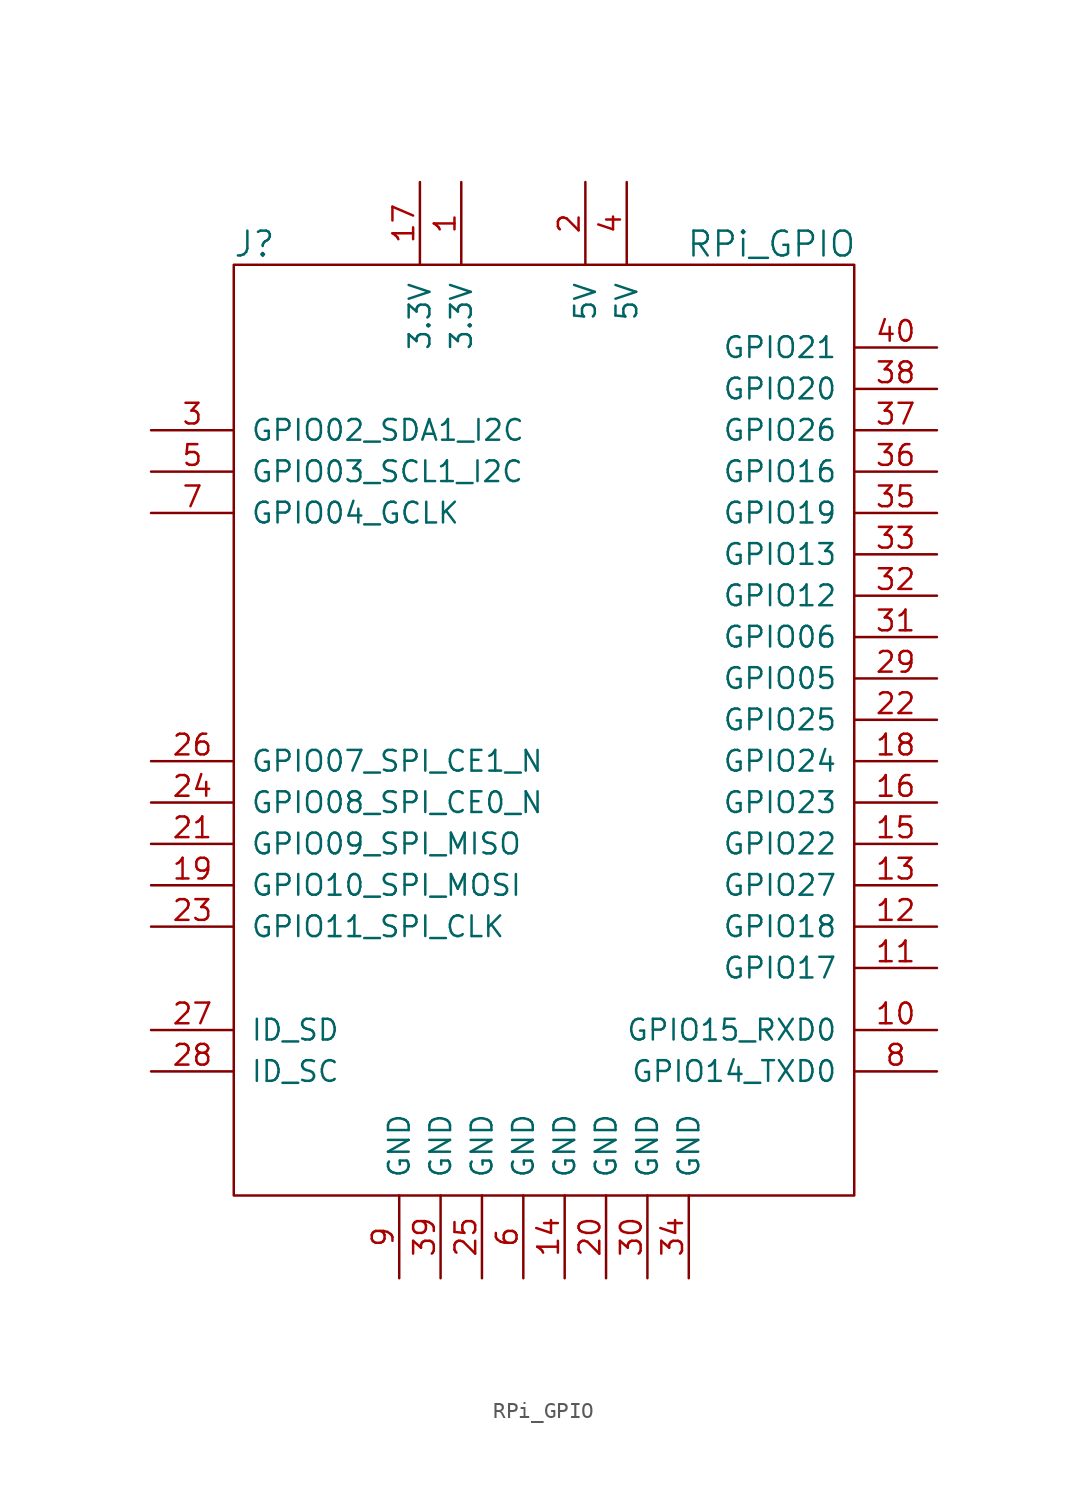
<source format=kicad_sym>
(kicad_symbol_lib
  (version 20231120)
  (generator "kicad_symbol_editor")
  (generator_version "8.0")
  (symbol "RPi_GPIO"
    (pin_names
      (offset 1.016))
    (property "Reference" "J"
      (at -16.51 27.94 0)
      (effects (font (size 1.524 1.524))))
    (property "Value" "RPi_GPIO"
      (at 15.24 27.94 0)
      (effects (font (size 1.524 1.524))))
    (property "Footprint" ""
      (at -17.78 21.59 0)
      (effects (font (size 1.524 1.524))))
    (property "Datasheet" ""
      (at -17.78 21.59 0)
      (effects (font (size 1.524 1.524))))
    (symbol "RPi_GPIO_0_1"
      (rectangle (start -17.78 26.67) (end 20.32 -30.48) (stroke (width 0) (type solid)) (fill (type none))))
    (symbol "RPi_GPIO_1_1"
      (pin power_out line (at -3.81 31.75 270) (length 5.08) (name "3.3V" (effects (font (size 1.27 1.27)))) (number "1" (effects (font (size 1.27 1.27)))))
      (pin bidirectional line (at 25.4 -20.32 180) (length 5.08) (name "GPIO15_RXD0" (effects (font (size 1.27 1.27)))) (number "10" (effects (font (size 1.27 1.27)))))
      (pin bidirectional line (at 25.4 -16.51 180) (length 5.08) (name "GPIO17" (effects (font (size 1.27 1.27)))) (number "11" (effects (font (size 1.27 1.27)))))
      (pin bidirectional line (at 25.4 -13.97 180) (length 5.08) (name "GPIO18" (effects (font (size 1.27 1.27)))) (number "12" (effects (font (size 1.27 1.27)))))
      (pin bidirectional line (at 25.4 -11.43 180) (length 5.08) (name "GPIO27" (effects (font (size 1.27 1.27)))) (number "13" (effects (font (size 1.27 1.27)))))
      (pin power_in line (at 2.54 -35.56 90) (length 5.08) (name "GND" (effects (font (size 1.27 1.27)))) (number "14" (effects (font (size 1.27 1.27)))))
      (pin bidirectional line (at 25.4 -8.89 180) (length 5.08) (name "GPIO22" (effects (font (size 1.27 1.27)))) (number "15" (effects (font (size 1.27 1.27)))))
      (pin bidirectional line (at 25.4 -6.35 180) (length 5.08) (name "GPIO23" (effects (font (size 1.27 1.27)))) (number "16" (effects (font (size 1.27 1.27)))))
      (pin power_out line (at -6.35 31.75 270) (length 5.08) (name "3.3V" (effects (font (size 1.27 1.27)))) (number "17" (effects (font (size 1.27 1.27)))))
      (pin bidirectional line (at 25.4 -3.81 180) (length 5.08) (name "GPIO24" (effects (font (size 1.27 1.27)))) (number "18" (effects (font (size 1.27 1.27)))))
      (pin bidirectional line (at -22.86 -11.43 0) (length 5.08) (name "GPIO10_SPI_MOSI" (effects (font (size 1.27 1.27)))) (number "19" (effects (font (size 1.27 1.27)))))
      (pin power_in line (at 3.81 31.75 270) (length 5.08) (name "5V" (effects (font (size 1.27 1.27)))) (number "2" (effects (font (size 1.27 1.27)))))
      (pin power_in line (at 5.08 -35.56 90) (length 5.08) (name "GND" (effects (font (size 1.27 1.27)))) (number "20" (effects (font (size 1.27 1.27)))))
      (pin bidirectional line (at -22.86 -8.89 0) (length 5.08) (name "GPIO09_SPI_MISO" (effects (font (size 1.27 1.27)))) (number "21" (effects (font (size 1.27 1.27)))))
      (pin bidirectional line (at 25.4 -1.27 180) (length 5.08) (name "GPIO25" (effects (font (size 1.27 1.27)))) (number "22" (effects (font (size 1.27 1.27)))))
      (pin bidirectional line (at -22.86 -13.97 0) (length 5.08) (name "GPIO11_SPI_CLK" (effects (font (size 1.27 1.27)))) (number "23" (effects (font (size 1.27 1.27)))))
      (pin bidirectional line (at -22.86 -6.35 0) (length 5.08) (name "GPIO08_SPI_CE0_N" (effects (font (size 1.27 1.27)))) (number "24" (effects (font (size 1.27 1.27)))))
      (pin power_in line (at -2.54 -35.56 90) (length 5.08) (name "GND" (effects (font (size 1.27 1.27)))) (number "25" (effects (font (size 1.27 1.27)))))
      (pin bidirectional line (at -22.86 -3.81 0) (length 5.08) (name "GPIO07_SPI_CE1_N" (effects (font (size 1.27 1.27)))) (number "26" (effects (font (size 1.27 1.27)))))
      (pin bidirectional line (at -22.86 -20.32 0) (length 5.08) (name "ID_SD" (effects (font (size 1.27 1.27)))) (number "27" (effects (font (size 1.27 1.27)))))
      (pin bidirectional line (at -22.86 -22.86 0) (length 5.08) (name "ID_SC" (effects (font (size 1.27 1.27)))) (number "28" (effects (font (size 1.27 1.27)))))
      (pin bidirectional line (at 25.4 1.27 180) (length 5.08) (name "GPIO05" (effects (font (size 1.27 1.27)))) (number "29" (effects (font (size 1.27 1.27)))))
      (pin bidirectional line (at -22.86 16.51 0) (length 5.08) (name "GPIO02_SDA1_I2C" (effects (font (size 1.27 1.27)))) (number "3" (effects (font (size 1.27 1.27)))))
      (pin power_in line (at 7.62 -35.56 90) (length 5.08) (name "GND" (effects (font (size 1.27 1.27)))) (number "30" (effects (font (size 1.27 1.27)))))
      (pin bidirectional line (at 25.4 3.81 180) (length 5.08) (name "GPIO06" (effects (font (size 1.27 1.27)))) (number "31" (effects (font (size 1.27 1.27)))))
      (pin bidirectional line (at 25.4 6.35 180) (length 5.08) (name "GPIO12" (effects (font (size 1.27 1.27)))) (number "32" (effects (font (size 1.27 1.27)))))
      (pin bidirectional line (at 25.4 8.89 180) (length 5.08) (name "GPIO13" (effects (font (size 1.27 1.27)))) (number "33" (effects (font (size 1.27 1.27)))))
      (pin power_in line (at 10.16 -35.56 90) (length 5.08) (name "GND" (effects (font (size 1.27 1.27)))) (number "34" (effects (font (size 1.27 1.27)))))
      (pin bidirectional line (at 25.4 11.43 180) (length 5.08) (name "GPIO19" (effects (font (size 1.27 1.27)))) (number "35" (effects (font (size 1.27 1.27)))))
      (pin bidirectional line (at 25.4 13.97 180) (length 5.08) (name "GPIO16" (effects (font (size 1.27 1.27)))) (number "36" (effects (font (size 1.27 1.27)))))
      (pin bidirectional line (at 25.4 16.51 180) (length 5.08) (name "GPIO26" (effects (font (size 1.27 1.27)))) (number "37" (effects (font (size 1.27 1.27)))))
      (pin bidirectional line (at 25.4 19.05 180) (length 5.08) (name "GPIO20" (effects (font (size 1.27 1.27)))) (number "38" (effects (font (size 1.27 1.27)))))
      (pin power_in line (at -5.08 -35.56 90) (length 5.08) (name "GND" (effects (font (size 1.27 1.27)))) (number "39" (effects (font (size 1.27 1.27)))))
      (pin power_in line (at 6.35 31.75 270) (length 5.08) (name "5V" (effects (font (size 1.27 1.27)))) (number "4" (effects (font (size 1.27 1.27)))))
      (pin bidirectional line (at 25.4 21.59 180) (length 5.08) (name "GPIO21" (effects (font (size 1.27 1.27)))) (number "40" (effects (font (size 1.27 1.27)))))
      (pin bidirectional line (at -22.86 13.97 0) (length 5.08) (name "GPIO03_SCL1_I2C" (effects (font (size 1.27 1.27)))) (number "5" (effects (font (size 1.27 1.27)))))
      (pin power_in line (at 0 -35.56 90) (length 5.08) (name "GND" (effects (font (size 1.27 1.27)))) (number "6" (effects (font (size 1.27 1.27)))))
      (pin bidirectional line (at -22.86 11.43 0) (length 5.08) (name "GPIO04_GCLK" (effects (font (size 1.27 1.27)))) (number "7" (effects (font (size 1.27 1.27)))))
      (pin bidirectional line (at 25.4 -22.86 180) (length 5.08) (name "GPIO14_TXD0" (effects (font (size 1.27 1.27)))) (number "8" (effects (font (size 1.27 1.27)))))
      (pin power_in line (at -7.62 -35.56 90) (length 5.08) (name "GND" (effects (font (size 1.27 1.27)))) (number "9" (effects (font (size 1.27 1.27))))))))
</source>
